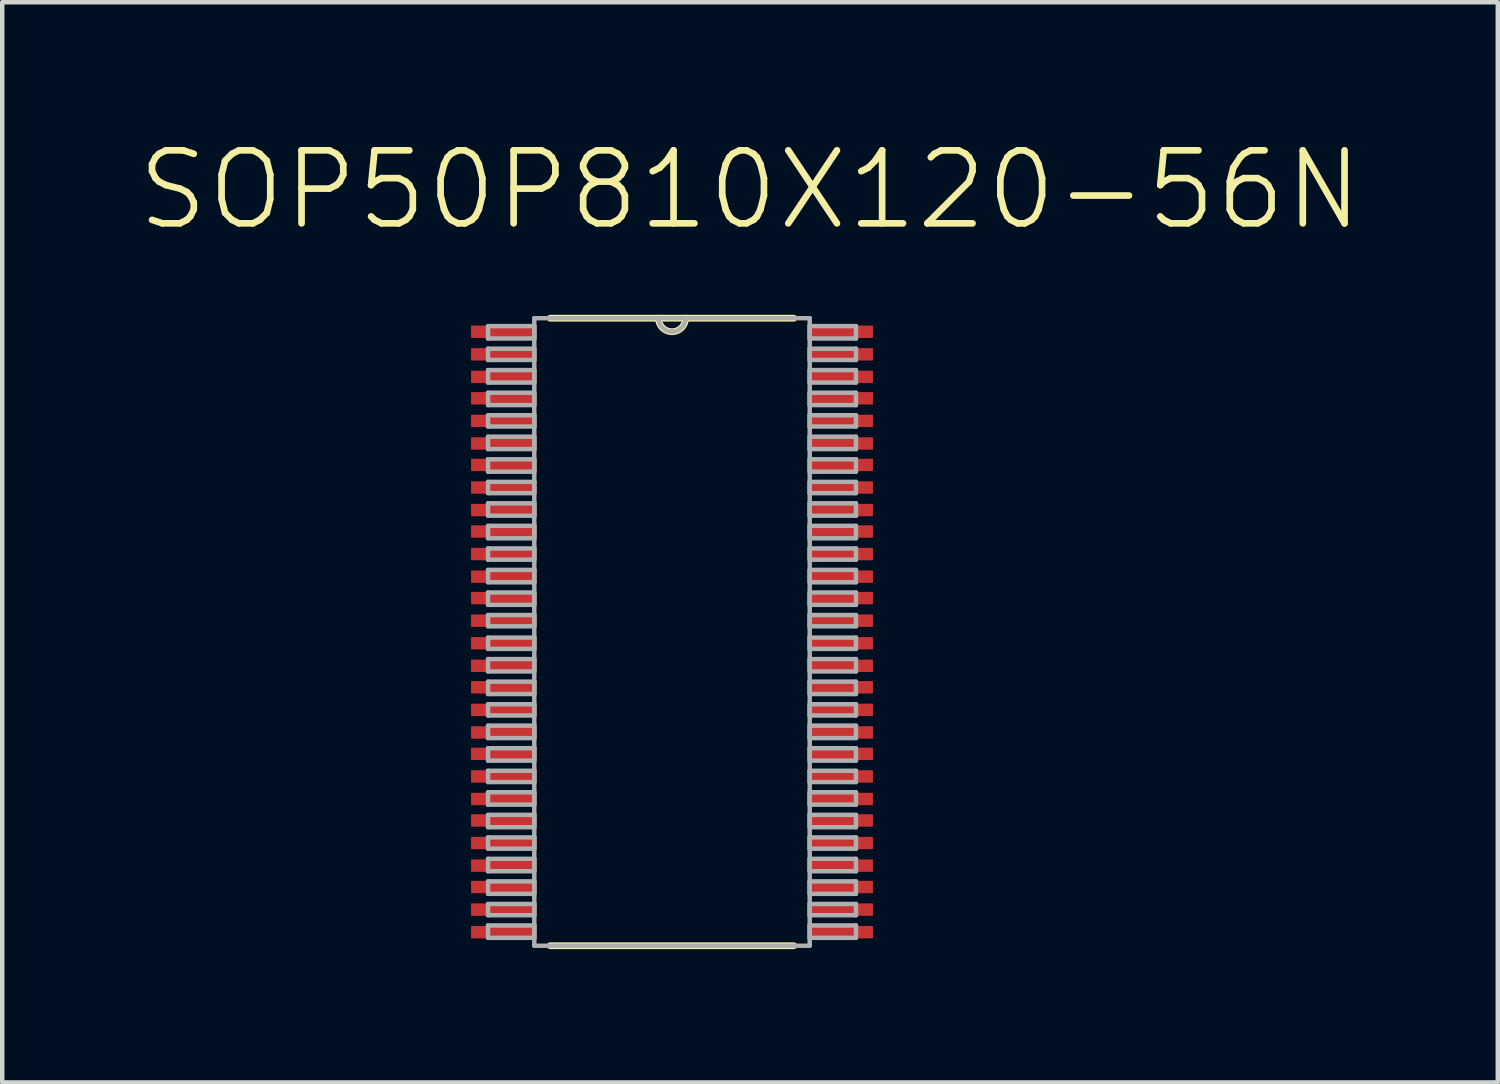
<source format=kicad_pcb>
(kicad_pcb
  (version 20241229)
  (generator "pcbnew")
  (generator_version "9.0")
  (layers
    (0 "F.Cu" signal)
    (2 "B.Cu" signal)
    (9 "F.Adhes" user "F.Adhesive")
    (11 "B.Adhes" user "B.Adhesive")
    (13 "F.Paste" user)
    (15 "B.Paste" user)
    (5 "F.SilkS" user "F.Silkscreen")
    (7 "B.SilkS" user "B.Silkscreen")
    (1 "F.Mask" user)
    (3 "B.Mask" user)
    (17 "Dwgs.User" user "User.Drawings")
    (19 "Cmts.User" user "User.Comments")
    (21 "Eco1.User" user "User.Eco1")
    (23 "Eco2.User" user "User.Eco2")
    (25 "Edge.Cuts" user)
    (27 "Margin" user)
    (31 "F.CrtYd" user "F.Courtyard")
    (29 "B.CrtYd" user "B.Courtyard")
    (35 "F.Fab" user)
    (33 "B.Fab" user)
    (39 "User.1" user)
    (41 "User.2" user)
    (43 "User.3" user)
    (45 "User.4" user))
  (footprint "SOP50P810X120-56N"
    (layer "F.Cu")
    (at 12.073 11.172)
    (property "Reference" "SOP50P810X120-56N" (at 1.756 -9.948 0) (layer "F.SilkS") (effects (font (size 1.643 1.643) (thickness 0.15))))
    (attr smd)
    (fp_line (start -2.743 7.061) (end 2.743 7.061) (stroke (width 0.152) (type solid)) (layer "F.SilkS"))
    (fp_line (start -0.305 -7.061) (end -2.743 -7.061) (stroke (width 0.152) (type solid)) (layer "F.SilkS"))
    (fp_line (start 0.305 -7.061) (end -0.305 -7.061) (stroke (width 0.152) (type solid)) (layer "F.SilkS"))
    (fp_line (start 2.743 -7.061) (end 0.305 -7.061) (stroke (width 0.152) (type solid)) (layer "F.SilkS"))
    (fp_arc (start 0.3048 -7.0612) (mid 0 -6.7564) (end -0.3048 -7.0612) (stroke (width 0.1524) (type solid)) (layer "F.SilkS"))
    (fp_line (start -4.14 -6.883) (end -4.14 -6.604) (stroke (width 0.1) (type solid)) (layer "F.Fab"))
    (fp_line (start -4.14 -6.604) (end -3.099 -6.604) (stroke (width 0.1) (type solid)) (layer "F.Fab"))
    (fp_line (start -4.14 -6.375) (end -4.14 -6.121) (stroke (width 0.1) (type solid)) (layer "F.Fab"))
    (fp_line (start -4.14 -6.121) (end -3.099 -6.121) (stroke (width 0.1) (type solid)) (layer "F.Fab"))
    (fp_line (start -4.14 -5.893) (end -4.14 -5.613) (stroke (width 0.1) (type solid)) (layer "F.Fab"))
    (fp_line (start -4.14 -5.613) (end -3.099 -5.613) (stroke (width 0.1) (type solid)) (layer "F.Fab"))
    (fp_line (start -4.14 -5.385) (end -4.14 -5.105) (stroke (width 0.1) (type solid)) (layer "F.Fab"))
    (fp_line (start -4.14 -5.105) (end -3.099 -5.105) (stroke (width 0.1) (type solid)) (layer "F.Fab"))
    (fp_line (start -4.14 -4.877) (end -4.14 -4.623) (stroke (width 0.1) (type solid)) (layer "F.Fab"))
    (fp_line (start -4.14 -4.623) (end -3.099 -4.623) (stroke (width 0.1) (type solid)) (layer "F.Fab"))
    (fp_line (start -4.14 -4.394) (end -4.14 -4.115) (stroke (width 0.1) (type solid)) (layer "F.Fab"))
    (fp_line (start -4.14 -4.115) (end -3.099 -4.115) (stroke (width 0.1) (type solid)) (layer "F.Fab"))
    (fp_line (start -4.14 -3.886) (end -4.14 -3.607) (stroke (width 0.1) (type solid)) (layer "F.Fab"))
    (fp_line (start -4.14 -3.607) (end -3.099 -3.607) (stroke (width 0.1) (type solid)) (layer "F.Fab"))
    (fp_line (start -4.14 -3.378) (end -4.14 -3.124) (stroke (width 0.1) (type solid)) (layer "F.Fab"))
    (fp_line (start -4.14 -3.124) (end -3.099 -3.124) (stroke (width 0.1) (type solid)) (layer "F.Fab"))
    (fp_line (start -4.14 -2.896) (end -4.14 -2.616) (stroke (width 0.1) (type solid)) (layer "F.Fab"))
    (fp_line (start -4.14 -2.616) (end -3.099 -2.616) (stroke (width 0.1) (type solid)) (layer "F.Fab"))
    (fp_line (start -4.14 -2.388) (end -4.14 -2.108) (stroke (width 0.1) (type solid)) (layer "F.Fab"))
    (fp_line (start -4.14 -2.108) (end -3.099 -2.108) (stroke (width 0.1) (type solid)) (layer "F.Fab"))
    (fp_line (start -4.14 -1.88) (end -4.14 -1.626) (stroke (width 0.1) (type solid)) (layer "F.Fab"))
    (fp_line (start -4.14 -1.626) (end -3.099 -1.626) (stroke (width 0.1) (type solid)) (layer "F.Fab"))
    (fp_line (start -4.14 -1.397) (end -4.14 -1.118) (stroke (width 0.1) (type solid)) (layer "F.Fab"))
    (fp_line (start -4.14 -1.118) (end -3.099 -1.118) (stroke (width 0.1) (type solid)) (layer "F.Fab"))
    (fp_line (start -4.14 -0.889) (end -4.14 -0.61) (stroke (width 0.1) (type solid)) (layer "F.Fab"))
    (fp_line (start -4.14 -0.61) (end -3.099 -0.61) (stroke (width 0.1) (type solid)) (layer "F.Fab"))
    (fp_line (start -4.14 -0.381) (end -4.14 -0.127) (stroke (width 0.1) (type solid)) (layer "F.Fab"))
    (fp_line (start -4.14 -0.127) (end -3.099 -0.127) (stroke (width 0.1) (type solid)) (layer "F.Fab"))
    (fp_line (start -4.14 0.127) (end -4.14 0.381) (stroke (width 0.1) (type solid)) (layer "F.Fab"))
    (fp_line (start -4.14 0.381) (end -3.099 0.381) (stroke (width 0.1) (type solid)) (layer "F.Fab"))
    (fp_line (start -4.14 0.61) (end -4.14 0.889) (stroke (width 0.1) (type solid)) (layer "F.Fab"))
    (fp_line (start -4.14 0.889) (end -3.099 0.889) (stroke (width 0.1) (type solid)) (layer "F.Fab"))
    (fp_line (start -4.14 1.118) (end -4.14 1.397) (stroke (width 0.1) (type solid)) (layer "F.Fab"))
    (fp_line (start -4.14 1.397) (end -3.099 1.397) (stroke (width 0.1) (type solid)) (layer "F.Fab"))
    (fp_line (start -4.14 1.626) (end -4.14 1.88) (stroke (width 0.1) (type solid)) (layer "F.Fab"))
    (fp_line (start -4.14 1.88) (end -3.099 1.88) (stroke (width 0.1) (type solid)) (layer "F.Fab"))
    (fp_line (start -4.14 2.108) (end -4.14 2.388) (stroke (width 0.1) (type solid)) (layer "F.Fab"))
    (fp_line (start -4.14 2.388) (end -3.099 2.388) (stroke (width 0.1) (type solid)) (layer "F.Fab"))
    (fp_line (start -4.14 2.616) (end -4.14 2.896) (stroke (width 0.1) (type solid)) (layer "F.Fab"))
    (fp_line (start -4.14 2.896) (end -3.099 2.896) (stroke (width 0.1) (type solid)) (layer "F.Fab"))
    (fp_line (start -4.14 3.124) (end -4.14 3.378) (stroke (width 0.1) (type solid)) (layer "F.Fab"))
    (fp_line (start -4.14 3.378) (end -3.099 3.378) (stroke (width 0.1) (type solid)) (layer "F.Fab"))
    (fp_line (start -4.14 3.607) (end -4.14 3.886) (stroke (width 0.1) (type solid)) (layer "F.Fab"))
    (fp_line (start -4.14 3.886) (end -3.099 3.886) (stroke (width 0.1) (type solid)) (layer "F.Fab"))
    (fp_line (start -4.14 4.115) (end -4.14 4.394) (stroke (width 0.1) (type solid)) (layer "F.Fab"))
    (fp_line (start -4.14 4.394) (end -3.099 4.394) (stroke (width 0.1) (type solid)) (layer "F.Fab"))
    (fp_line (start -4.14 4.623) (end -4.14 4.877) (stroke (width 0.1) (type solid)) (layer "F.Fab"))
    (fp_line (start -4.14 4.877) (end -3.099 4.877) (stroke (width 0.1) (type solid)) (layer "F.Fab"))
    (fp_line (start -4.14 5.105) (end -4.14 5.385) (stroke (width 0.1) (type solid)) (layer "F.Fab"))
    (fp_line (start -4.14 5.385) (end -3.099 5.385) (stroke (width 0.1) (type solid)) (layer "F.Fab"))
    (fp_line (start -4.14 5.613) (end -4.14 5.893) (stroke (width 0.1) (type solid)) (layer "F.Fab"))
    (fp_line (start -4.14 5.893) (end -3.099 5.893) (stroke (width 0.1) (type solid)) (layer "F.Fab"))
    (fp_line (start -4.14 6.121) (end -4.14 6.375) (stroke (width 0.1) (type solid)) (layer "F.Fab"))
    (fp_line (start -4.14 6.375) (end -3.099 6.375) (stroke (width 0.1) (type solid)) (layer "F.Fab"))
    (fp_line (start -4.14 6.604) (end -4.14 6.883) (stroke (width 0.1) (type solid)) (layer "F.Fab"))
    (fp_line (start -4.14 6.883) (end -3.099 6.883) (stroke (width 0.1) (type solid)) (layer "F.Fab"))
    (fp_line (start -3.099 -7.061) (end -3.099 7.061) (stroke (width 0.1) (type solid)) (layer "F.Fab"))
    (fp_line (start -3.099 -6.883) (end -4.14 -6.883) (stroke (width 0.1) (type solid)) (layer "F.Fab"))
    (fp_line (start -3.099 -6.604) (end -3.099 -6.883) (stroke (width 0.1) (type solid)) (layer "F.Fab"))
    (fp_line (start -3.099 -6.375) (end -4.14 -6.375) (stroke (width 0.1) (type solid)) (layer "F.Fab"))
    (fp_line (start -3.099 -6.121) (end -3.099 -6.375) (stroke (width 0.1) (type solid)) (layer "F.Fab"))
    (fp_line (start -3.099 -5.893) (end -4.14 -5.893) (stroke (width 0.1) (type solid)) (layer "F.Fab"))
    (fp_line (start -3.099 -5.613) (end -3.099 -5.893) (stroke (width 0.1) (type solid)) (layer "F.Fab"))
    (fp_line (start -3.099 -5.385) (end -4.14 -5.385) (stroke (width 0.1) (type solid)) (layer "F.Fab"))
    (fp_line (start -3.099 -5.105) (end -3.099 -5.385) (stroke (width 0.1) (type solid)) (layer "F.Fab"))
    (fp_line (start -3.099 -4.877) (end -4.14 -4.877) (stroke (width 0.1) (type solid)) (layer "F.Fab"))
    (fp_line (start -3.099 -4.623) (end -3.099 -4.877) (stroke (width 0.1) (type solid)) (layer "F.Fab"))
    (fp_line (start -3.099 -4.394) (end -4.14 -4.394) (stroke (width 0.1) (type solid)) (layer "F.Fab"))
    (fp_line (start -3.099 -4.115) (end -3.099 -4.394) (stroke (width 0.1) (type solid)) (layer "F.Fab"))
    (fp_line (start -3.099 -3.886) (end -4.14 -3.886) (stroke (width 0.1) (type solid)) (layer "F.Fab"))
    (fp_line (start -3.099 -3.607) (end -3.099 -3.886) (stroke (width 0.1) (type solid)) (layer "F.Fab"))
    (fp_line (start -3.099 -3.378) (end -4.14 -3.378) (stroke (width 0.1) (type solid)) (layer "F.Fab"))
    (fp_line (start -3.099 -3.124) (end -3.099 -3.378) (stroke (width 0.1) (type solid)) (layer "F.Fab"))
    (fp_line (start -3.099 -2.896) (end -4.14 -2.896) (stroke (width 0.1) (type solid)) (layer "F.Fab"))
    (fp_line (start -3.099 -2.616) (end -3.099 -2.896) (stroke (width 0.1) (type solid)) (layer "F.Fab"))
    (fp_line (start -3.099 -2.388) (end -4.14 -2.388) (stroke (width 0.1) (type solid)) (layer "F.Fab"))
    (fp_line (start -3.099 -2.108) (end -3.099 -2.388) (stroke (width 0.1) (type solid)) (layer "F.Fab"))
    (fp_line (start -3.099 -1.88) (end -4.14 -1.88) (stroke (width 0.1) (type solid)) (layer "F.Fab"))
    (fp_line (start -3.099 -1.626) (end -3.099 -1.88) (stroke (width 0.1) (type solid)) (layer "F.Fab"))
    (fp_line (start -3.099 -1.397) (end -4.14 -1.397) (stroke (width 0.1) (type solid)) (layer "F.Fab"))
    (fp_line (start -3.099 -1.118) (end -3.099 -1.397) (stroke (width 0.1) (type solid)) (layer "F.Fab"))
    (fp_line (start -3.099 -0.889) (end -4.14 -0.889) (stroke (width 0.1) (type solid)) (layer "F.Fab"))
    (fp_line (start -3.099 -0.61) (end -3.099 -0.889) (stroke (width 0.1) (type solid)) (layer "F.Fab"))
    (fp_line (start -3.099 -0.381) (end -4.14 -0.381) (stroke (width 0.1) (type solid)) (layer "F.Fab"))
    (fp_line (start -3.099 -0.127) (end -3.099 -0.381) (stroke (width 0.1) (type solid)) (layer "F.Fab"))
    (fp_line (start -3.099 0.127) (end -4.14 0.127) (stroke (width 0.1) (type solid)) (layer "F.Fab"))
    (fp_line (start -3.099 0.381) (end -3.099 0.127) (stroke (width 0.1) (type solid)) (layer "F.Fab"))
    (fp_line (start -3.099 0.61) (end -4.14 0.61) (stroke (width 0.1) (type solid)) (layer "F.Fab"))
    (fp_line (start -3.099 0.889) (end -3.099 0.61) (stroke (width 0.1) (type solid)) (layer "F.Fab"))
    (fp_line (start -3.099 1.118) (end -4.14 1.118) (stroke (width 0.1) (type solid)) (layer "F.Fab"))
    (fp_line (start -3.099 1.397) (end -3.099 1.118) (stroke (width 0.1) (type solid)) (layer "F.Fab"))
    (fp_line (start -3.099 1.626) (end -4.14 1.626) (stroke (width 0.1) (type solid)) (layer "F.Fab"))
    (fp_line (start -3.099 1.88) (end -3.099 1.626) (stroke (width 0.1) (type solid)) (layer "F.Fab"))
    (fp_line (start -3.099 2.108) (end -4.14 2.108) (stroke (width 0.1) (type solid)) (layer "F.Fab"))
    (fp_line (start -3.099 2.388) (end -3.099 2.108) (stroke (width 0.1) (type solid)) (layer "F.Fab"))
    (fp_line (start -3.099 2.616) (end -4.14 2.616) (stroke (width 0.1) (type solid)) (layer "F.Fab"))
    (fp_line (start -3.099 2.896) (end -3.099 2.616) (stroke (width 0.1) (type solid)) (layer "F.Fab"))
    (fp_line (start -3.099 3.124) (end -4.14 3.124) (stroke (width 0.1) (type solid)) (layer "F.Fab"))
    (fp_line (start -3.099 3.378) (end -3.099 3.124) (stroke (width 0.1) (type solid)) (layer "F.Fab"))
    (fp_line (start -3.099 3.607) (end -4.14 3.607) (stroke (width 0.1) (type solid)) (layer "F.Fab"))
    (fp_line (start -3.099 3.886) (end -3.099 3.607) (stroke (width 0.1) (type solid)) (layer "F.Fab"))
    (fp_line (start -3.099 4.115) (end -4.14 4.115) (stroke (width 0.1) (type solid)) (layer "F.Fab"))
    (fp_line (start -3.099 4.394) (end -3.099 4.115) (stroke (width 0.1) (type solid)) (layer "F.Fab"))
    (fp_line (start -3.099 4.623) (end -4.14 4.623) (stroke (width 0.1) (type solid)) (layer "F.Fab"))
    (fp_line (start -3.099 4.877) (end -3.099 4.623) (stroke (width 0.1) (type solid)) (layer "F.Fab"))
    (fp_line (start -3.099 5.105) (end -4.14 5.105) (stroke (width 0.1) (type solid)) (layer "F.Fab"))
    (fp_line (start -3.099 5.385) (end -3.099 5.105) (stroke (width 0.1) (type solid)) (layer "F.Fab"))
    (fp_line (start -3.099 5.613) (end -4.14 5.613) (stroke (width 0.1) (type solid)) (layer "F.Fab"))
    (fp_line (start -3.099 5.893) (end -3.099 5.613) (stroke (width 0.1) (type solid)) (layer "F.Fab"))
    (fp_line (start -3.099 6.121) (end -4.14 6.121) (stroke (width 0.1) (type solid)) (layer "F.Fab"))
    (fp_line (start -3.099 6.375) (end -3.099 6.121) (stroke (width 0.1) (type solid)) (layer "F.Fab"))
    (fp_line (start -3.099 6.604) (end -4.14 6.604) (stroke (width 0.1) (type solid)) (layer "F.Fab"))
    (fp_line (start -3.099 6.883) (end -3.099 6.604) (stroke (width 0.1) (type solid)) (layer "F.Fab"))
    (fp_line (start -3.099 7.061) (end 3.099 7.061) (stroke (width 0.1) (type solid)) (layer "F.Fab"))
    (fp_line (start -0.305 -7.061) (end -3.099 -7.061) (stroke (width 0.1) (type solid)) (layer "F.Fab"))
    (fp_line (start 0.305 -7.061) (end -0.305 -7.061) (stroke (width 0.1) (type solid)) (layer "F.Fab"))
    (fp_line (start 3.099 -7.061) (end 0.305 -7.061) (stroke (width 0.1) (type solid)) (layer "F.Fab"))
    (fp_line (start 3.099 -6.883) (end 3.099 -6.604) (stroke (width 0.1) (type solid)) (layer "F.Fab"))
    (fp_line (start 3.099 -6.604) (end 4.14 -6.604) (stroke (width 0.1) (type solid)) (layer "F.Fab"))
    (fp_line (start 3.099 -6.375) (end 3.099 -6.121) (stroke (width 0.1) (type solid)) (layer "F.Fab"))
    (fp_line (start 3.099 -6.121) (end 4.14 -6.121) (stroke (width 0.1) (type solid)) (layer "F.Fab"))
    (fp_line (start 3.099 -5.893) (end 3.099 -5.613) (stroke (width 0.1) (type solid)) (layer "F.Fab"))
    (fp_line (start 3.099 -5.613) (end 4.14 -5.613) (stroke (width 0.1) (type solid)) (layer "F.Fab"))
    (fp_line (start 3.099 -5.385) (end 3.099 -5.105) (stroke (width 0.1) (type solid)) (layer "F.Fab"))
    (fp_line (start 3.099 -5.105) (end 4.14 -5.105) (stroke (width 0.1) (type solid)) (layer "F.Fab"))
    (fp_line (start 3.099 -4.877) (end 3.099 -4.623) (stroke (width 0.1) (type solid)) (layer "F.Fab"))
    (fp_line (start 3.099 -4.623) (end 4.14 -4.623) (stroke (width 0.1) (type solid)) (layer "F.Fab"))
    (fp_line (start 3.099 -4.394) (end 3.099 -4.115) (stroke (width 0.1) (type solid)) (layer "F.Fab"))
    (fp_line (start 3.099 -4.115) (end 4.14 -4.115) (stroke (width 0.1) (type solid)) (layer "F.Fab"))
    (fp_line (start 3.099 -3.886) (end 3.099 -3.607) (stroke (width 0.1) (type solid)) (layer "F.Fab"))
    (fp_line (start 3.099 -3.607) (end 4.14 -3.607) (stroke (width 0.1) (type solid)) (layer "F.Fab"))
    (fp_line (start 3.099 -3.378) (end 3.099 -3.124) (stroke (width 0.1) (type solid)) (layer "F.Fab"))
    (fp_line (start 3.099 -3.124) (end 4.14 -3.124) (stroke (width 0.1) (type solid)) (layer "F.Fab"))
    (fp_line (start 3.099 -2.896) (end 3.099 -2.616) (stroke (width 0.1) (type solid)) (layer "F.Fab"))
    (fp_line (start 3.099 -2.616) (end 4.14 -2.616) (stroke (width 0.1) (type solid)) (layer "F.Fab"))
    (fp_line (start 3.099 -2.388) (end 3.099 -2.108) (stroke (width 0.1) (type solid)) (layer "F.Fab"))
    (fp_line (start 3.099 -2.108) (end 4.14 -2.108) (stroke (width 0.1) (type solid)) (layer "F.Fab"))
    (fp_line (start 3.099 -1.88) (end 3.099 -1.626) (stroke (width 0.1) (type solid)) (layer "F.Fab"))
    (fp_line (start 3.099 -1.626) (end 4.14 -1.626) (stroke (width 0.1) (type solid)) (layer "F.Fab"))
    (fp_line (start 3.099 -1.397) (end 3.099 -1.118) (stroke (width 0.1) (type solid)) (layer "F.Fab"))
    (fp_line (start 3.099 -1.118) (end 4.14 -1.118) (stroke (width 0.1) (type solid)) (layer "F.Fab"))
    (fp_line (start 3.099 -0.889) (end 3.099 -0.61) (stroke (width 0.1) (type solid)) (layer "F.Fab"))
    (fp_line (start 3.099 -0.61) (end 4.14 -0.61) (stroke (width 0.1) (type solid)) (layer "F.Fab"))
    (fp_line (start 3.099 -0.381) (end 3.099 -0.127) (stroke (width 0.1) (type solid)) (layer "F.Fab"))
    (fp_line (start 3.099 -0.127) (end 4.14 -0.127) (stroke (width 0.1) (type solid)) (layer "F.Fab"))
    (fp_line (start 3.099 0.127) (end 3.099 0.381) (stroke (width 0.1) (type solid)) (layer "F.Fab"))
    (fp_line (start 3.099 0.381) (end 4.14 0.381) (stroke (width 0.1) (type solid)) (layer "F.Fab"))
    (fp_line (start 3.099 0.61) (end 3.099 0.889) (stroke (width 0.1) (type solid)) (layer "F.Fab"))
    (fp_line (start 3.099 0.889) (end 4.14 0.889) (stroke (width 0.1) (type solid)) (layer "F.Fab"))
    (fp_line (start 3.099 1.118) (end 3.099 1.397) (stroke (width 0.1) (type solid)) (layer "F.Fab"))
    (fp_line (start 3.099 1.397) (end 4.14 1.397) (stroke (width 0.1) (type solid)) (layer "F.Fab"))
    (fp_line (start 3.099 1.626) (end 3.099 1.88) (stroke (width 0.1) (type solid)) (layer "F.Fab"))
    (fp_line (start 3.099 1.88) (end 4.14 1.88) (stroke (width 0.1) (type solid)) (layer "F.Fab"))
    (fp_line (start 3.099 2.108) (end 3.099 2.388) (stroke (width 0.1) (type solid)) (layer "F.Fab"))
    (fp_line (start 3.099 2.388) (end 4.14 2.388) (stroke (width 0.1) (type solid)) (layer "F.Fab"))
    (fp_line (start 3.099 2.616) (end 3.099 2.896) (stroke (width 0.1) (type solid)) (layer "F.Fab"))
    (fp_line (start 3.099 2.896) (end 4.14 2.896) (stroke (width 0.1) (type solid)) (layer "F.Fab"))
    (fp_line (start 3.099 3.124) (end 3.099 3.378) (stroke (width 0.1) (type solid)) (layer "F.Fab"))
    (fp_line (start 3.099 3.378) (end 4.14 3.378) (stroke (width 0.1) (type solid)) (layer "F.Fab"))
    (fp_line (start 3.099 3.607) (end 3.099 3.886) (stroke (width 0.1) (type solid)) (layer "F.Fab"))
    (fp_line (start 3.099 3.886) (end 4.14 3.886) (stroke (width 0.1) (type solid)) (layer "F.Fab"))
    (fp_line (start 3.099 4.115) (end 3.099 4.394) (stroke (width 0.1) (type solid)) (layer "F.Fab"))
    (fp_line (start 3.099 4.394) (end 4.14 4.394) (stroke (width 0.1) (type solid)) (layer "F.Fab"))
    (fp_line (start 3.099 4.623) (end 3.099 4.877) (stroke (width 0.1) (type solid)) (layer "F.Fab"))
    (fp_line (start 3.099 4.877) (end 4.14 4.877) (stroke (width 0.1) (type solid)) (layer "F.Fab"))
    (fp_line (start 3.099 5.105) (end 3.099 5.385) (stroke (width 0.1) (type solid)) (layer "F.Fab"))
    (fp_line (start 3.099 5.385) (end 4.14 5.385) (stroke (width 0.1) (type solid)) (layer "F.Fab"))
    (fp_line (start 3.099 5.613) (end 3.099 5.893) (stroke (width 0.1) (type solid)) (layer "F.Fab"))
    (fp_line (start 3.099 5.893) (end 4.14 5.893) (stroke (width 0.1) (type solid)) (layer "F.Fab"))
    (fp_line (start 3.099 6.121) (end 3.099 6.375) (stroke (width 0.1) (type solid)) (layer "F.Fab"))
    (fp_line (start 3.099 6.375) (end 4.14 6.375) (stroke (width 0.1) (type solid)) (layer "F.Fab"))
    (fp_line (start 3.099 6.604) (end 3.099 6.883) (stroke (width 0.1) (type solid)) (layer "F.Fab"))
    (fp_line (start 3.099 6.883) (end 4.14 6.883) (stroke (width 0.1) (type solid)) (layer "F.Fab"))
    (fp_line (start 3.099 7.061) (end 3.099 -7.061) (stroke (width 0.1) (type solid)) (layer "F.Fab"))
    (fp_line (start 4.14 -6.883) (end 3.099 -6.883) (stroke (width 0.1) (type solid)) (layer "F.Fab"))
    (fp_line (start 4.14 -6.604) (end 4.14 -6.883) (stroke (width 0.1) (type solid)) (layer "F.Fab"))
    (fp_line (start 4.14 -6.375) (end 3.099 -6.375) (stroke (width 0.1) (type solid)) (layer "F.Fab"))
    (fp_line (start 4.14 -6.121) (end 4.14 -6.375) (stroke (width 0.1) (type solid)) (layer "F.Fab"))
    (fp_line (start 4.14 -5.893) (end 3.099 -5.893) (stroke (width 0.1) (type solid)) (layer "F.Fab"))
    (fp_line (start 4.14 -5.613) (end 4.14 -5.893) (stroke (width 0.1) (type solid)) (layer "F.Fab"))
    (fp_line (start 4.14 -5.385) (end 3.099 -5.385) (stroke (width 0.1) (type solid)) (layer "F.Fab"))
    (fp_line (start 4.14 -5.105) (end 4.14 -5.385) (stroke (width 0.1) (type solid)) (layer "F.Fab"))
    (fp_line (start 4.14 -4.877) (end 3.099 -4.877) (stroke (width 0.1) (type solid)) (layer "F.Fab"))
    (fp_line (start 4.14 -4.623) (end 4.14 -4.877) (stroke (width 0.1) (type solid)) (layer "F.Fab"))
    (fp_line (start 4.14 -4.394) (end 3.099 -4.394) (stroke (width 0.1) (type solid)) (layer "F.Fab"))
    (fp_line (start 4.14 -4.115) (end 4.14 -4.394) (stroke (width 0.1) (type solid)) (layer "F.Fab"))
    (fp_line (start 4.14 -3.886) (end 3.099 -3.886) (stroke (width 0.1) (type solid)) (layer "F.Fab"))
    (fp_line (start 4.14 -3.607) (end 4.14 -3.886) (stroke (width 0.1) (type solid)) (layer "F.Fab"))
    (fp_line (start 4.14 -3.378) (end 3.099 -3.378) (stroke (width 0.1) (type solid)) (layer "F.Fab"))
    (fp_line (start 4.14 -3.124) (end 4.14 -3.378) (stroke (width 0.1) (type solid)) (layer "F.Fab"))
    (fp_line (start 4.14 -2.896) (end 3.099 -2.896) (stroke (width 0.1) (type solid)) (layer "F.Fab"))
    (fp_line (start 4.14 -2.616) (end 4.14 -2.896) (stroke (width 0.1) (type solid)) (layer "F.Fab"))
    (fp_line (start 4.14 -2.388) (end 3.099 -2.388) (stroke (width 0.1) (type solid)) (layer "F.Fab"))
    (fp_line (start 4.14 -2.108) (end 4.14 -2.388) (stroke (width 0.1) (type solid)) (layer "F.Fab"))
    (fp_line (start 4.14 -1.88) (end 3.099 -1.88) (stroke (width 0.1) (type solid)) (layer "F.Fab"))
    (fp_line (start 4.14 -1.626) (end 4.14 -1.88) (stroke (width 0.1) (type solid)) (layer "F.Fab"))
    (fp_line (start 4.14 -1.397) (end 3.099 -1.397) (stroke (width 0.1) (type solid)) (layer "F.Fab"))
    (fp_line (start 4.14 -1.118) (end 4.14 -1.397) (stroke (width 0.1) (type solid)) (layer "F.Fab"))
    (fp_line (start 4.14 -0.889) (end 3.099 -0.889) (stroke (width 0.1) (type solid)) (layer "F.Fab"))
    (fp_line (start 4.14 -0.61) (end 4.14 -0.889) (stroke (width 0.1) (type solid)) (layer "F.Fab"))
    (fp_line (start 4.14 -0.381) (end 3.099 -0.381) (stroke (width 0.1) (type solid)) (layer "F.Fab"))
    (fp_line (start 4.14 -0.127) (end 4.14 -0.381) (stroke (width 0.1) (type solid)) (layer "F.Fab"))
    (fp_line (start 4.14 0.127) (end 3.099 0.127) (stroke (width 0.1) (type solid)) (layer "F.Fab"))
    (fp_line (start 4.14 0.381) (end 4.14 0.127) (stroke (width 0.1) (type solid)) (layer "F.Fab"))
    (fp_line (start 4.14 0.61) (end 3.099 0.61) (stroke (width 0.1) (type solid)) (layer "F.Fab"))
    (fp_line (start 4.14 0.889) (end 4.14 0.61) (stroke (width 0.1) (type solid)) (layer "F.Fab"))
    (fp_line (start 4.14 1.118) (end 3.099 1.118) (stroke (width 0.1) (type solid)) (layer "F.Fab"))
    (fp_line (start 4.14 1.397) (end 4.14 1.118) (stroke (width 0.1) (type solid)) (layer "F.Fab"))
    (fp_line (start 4.14 1.626) (end 3.099 1.626) (stroke (width 0.1) (type solid)) (layer "F.Fab"))
    (fp_line (start 4.14 1.88) (end 4.14 1.626) (stroke (width 0.1) (type solid)) (layer "F.Fab"))
    (fp_line (start 4.14 2.108) (end 3.099 2.108) (stroke (width 0.1) (type solid)) (layer "F.Fab"))
    (fp_line (start 4.14 2.388) (end 4.14 2.108) (stroke (width 0.1) (type solid)) (layer "F.Fab"))
    (fp_line (start 4.14 2.616) (end 3.099 2.616) (stroke (width 0.1) (type solid)) (layer "F.Fab"))
    (fp_line (start 4.14 2.896) (end 4.14 2.616) (stroke (width 0.1) (type solid)) (layer "F.Fab"))
    (fp_line (start 4.14 3.124) (end 3.099 3.124) (stroke (width 0.1) (type solid)) (layer "F.Fab"))
    (fp_line (start 4.14 3.378) (end 4.14 3.124) (stroke (width 0.1) (type solid)) (layer "F.Fab"))
    (fp_line (start 4.14 3.607) (end 3.099 3.607) (stroke (width 0.1) (type solid)) (layer "F.Fab"))
    (fp_line (start 4.14 3.886) (end 4.14 3.607) (stroke (width 0.1) (type solid)) (layer "F.Fab"))
    (fp_line (start 4.14 4.115) (end 3.099 4.115) (stroke (width 0.1) (type solid)) (layer "F.Fab"))
    (fp_line (start 4.14 4.394) (end 4.14 4.115) (stroke (width 0.1) (type solid)) (layer "F.Fab"))
    (fp_line (start 4.14 4.623) (end 3.099 4.623) (stroke (width 0.1) (type solid)) (layer "F.Fab"))
    (fp_line (start 4.14 4.877) (end 4.14 4.623) (stroke (width 0.1) (type solid)) (layer "F.Fab"))
    (fp_line (start 4.14 5.105) (end 3.099 5.105) (stroke (width 0.1) (type solid)) (layer "F.Fab"))
    (fp_line (start 4.14 5.385) (end 4.14 5.105) (stroke (width 0.1) (type solid)) (layer "F.Fab"))
    (fp_line (start 4.14 5.613) (end 3.099 5.613) (stroke (width 0.1) (type solid)) (layer "F.Fab"))
    (fp_line (start 4.14 5.893) (end 4.14 5.613) (stroke (width 0.1) (type solid)) (layer "F.Fab"))
    (fp_line (start 4.14 6.121) (end 3.099 6.121) (stroke (width 0.1) (type solid)) (layer "F.Fab"))
    (fp_line (start 4.14 6.375) (end 4.14 6.121) (stroke (width 0.1) (type solid)) (layer "F.Fab"))
    (fp_line (start 4.14 6.604) (end 3.099 6.604) (stroke (width 0.1) (type solid)) (layer "F.Fab"))
    (fp_line (start 4.14 6.883) (end 4.14 6.604) (stroke (width 0.1) (type solid)) (layer "F.Fab"))
    (fp_arc (start 0.3048 -7.0612) (mid 0 -6.7564) (end -0.3048 -7.0612) (stroke (width 0.1) (type solid)) (layer "F.Fab"))
    (pad "1" smd rect (at -3.785 -6.756) (size 1.473 0.279) (layers "F.Cu" "F.Mask" "F.Paste"))
    (pad "2" smd rect (at -3.785 -6.248) (size 1.473 0.279) (layers "F.Cu" "F.Mask" "F.Paste"))
    (pad "3" smd rect (at -3.785 -5.74) (size 1.473 0.279) (layers "F.Cu" "F.Mask" "F.Paste"))
    (pad "4" smd rect (at -3.785 -5.258) (size 1.473 0.279) (layers "F.Cu" "F.Mask" "F.Paste"))
    (pad "5" smd rect (at -3.785 -4.75) (size 1.473 0.279) (layers "F.Cu" "F.Mask" "F.Paste"))
    (pad "6" smd rect (at -3.785 -4.242) (size 1.473 0.279) (layers "F.Cu" "F.Mask" "F.Paste"))
    (pad "7" smd rect (at -3.785 -3.759) (size 1.473 0.279) (layers "F.Cu" "F.Mask" "F.Paste"))
    (pad "8" smd rect (at -3.785 -3.251) (size 1.473 0.279) (layers "F.Cu" "F.Mask" "F.Paste"))
    (pad "9" smd rect (at -3.785 -2.743) (size 1.473 0.279) (layers "F.Cu" "F.Mask" "F.Paste"))
    (pad "10" smd rect (at -3.785 -2.261) (size 1.473 0.279) (layers "F.Cu" "F.Mask" "F.Paste"))
    (pad "11" smd rect (at -3.785 -1.753) (size 1.473 0.279) (layers "F.Cu" "F.Mask" "F.Paste"))
    (pad "12" smd rect (at -3.785 -1.245) (size 1.473 0.279) (layers "F.Cu" "F.Mask" "F.Paste"))
    (pad "13" smd rect (at -3.785 -0.762) (size 1.473 0.279) (layers "F.Cu" "F.Mask" "F.Paste"))
    (pad "14" smd rect (at -3.785 -0.254) (size 1.473 0.279) (layers "F.Cu" "F.Mask" "F.Paste"))
    (pad "15" smd rect (at -3.785 0.254) (size 1.473 0.279) (layers "F.Cu" "F.Mask" "F.Paste"))
    (pad "16" smd rect (at -3.785 0.762) (size 1.473 0.279) (layers "F.Cu" "F.Mask" "F.Paste"))
    (pad "17" smd rect (at -3.785 1.245) (size 1.473 0.279) (layers "F.Cu" "F.Mask" "F.Paste"))
    (pad "18" smd rect (at -3.785 1.753) (size 1.473 0.279) (layers "F.Cu" "F.Mask" "F.Paste"))
    (pad "19" smd rect (at -3.785 2.261) (size 1.473 0.279) (layers "F.Cu" "F.Mask" "F.Paste"))
    (pad "20" smd rect (at -3.785 2.743) (size 1.473 0.279) (layers "F.Cu" "F.Mask" "F.Paste"))
    (pad "21" smd rect (at -3.785 3.251) (size 1.473 0.279) (layers "F.Cu" "F.Mask" "F.Paste"))
    (pad "22" smd rect (at -3.785 3.759) (size 1.473 0.279) (layers "F.Cu" "F.Mask" "F.Paste"))
    (pad "23" smd rect (at -3.785 4.242) (size 1.473 0.279) (layers "F.Cu" "F.Mask" "F.Paste"))
    (pad "24" smd rect (at -3.785 4.75) (size 1.473 0.279) (layers "F.Cu" "F.Mask" "F.Paste"))
    (pad "25" smd rect (at -3.785 5.258) (size 1.473 0.279) (layers "F.Cu" "F.Mask" "F.Paste"))
    (pad "26" smd rect (at -3.785 5.74) (size 1.473 0.279) (layers "F.Cu" "F.Mask" "F.Paste"))
    (pad "27" smd rect (at -3.785 6.248) (size 1.473 0.279) (layers "F.Cu" "F.Mask" "F.Paste"))
    (pad "28" smd rect (at -3.785 6.756) (size 1.473 0.279) (layers "F.Cu" "F.Mask" "F.Paste"))
    (pad "29" smd rect (at 3.785 6.756) (size 1.473 0.279) (layers "F.Cu" "F.Mask" "F.Paste"))
    (pad "30" smd rect (at 3.785 6.248) (size 1.473 0.279) (layers "F.Cu" "F.Mask" "F.Paste"))
    (pad "31" smd rect (at 3.785 5.74) (size 1.473 0.279) (layers "F.Cu" "F.Mask" "F.Paste"))
    (pad "32" smd rect (at 3.785 5.258) (size 1.473 0.279) (layers "F.Cu" "F.Mask" "F.Paste"))
    (pad "33" smd rect (at 3.785 4.75) (size 1.473 0.279) (layers "F.Cu" "F.Mask" "F.Paste"))
    (pad "34" smd rect (at 3.785 4.242) (size 1.473 0.279) (layers "F.Cu" "F.Mask" "F.Paste"))
    (pad "35" smd rect (at 3.785 3.759) (size 1.473 0.279) (layers "F.Cu" "F.Mask" "F.Paste"))
    (pad "36" smd rect (at 3.785 3.251) (size 1.473 0.279) (layers "F.Cu" "F.Mask" "F.Paste"))
    (pad "37" smd rect (at 3.785 2.743) (size 1.473 0.279) (layers "F.Cu" "F.Mask" "F.Paste"))
    (pad "38" smd rect (at 3.785 2.261) (size 1.473 0.279) (layers "F.Cu" "F.Mask" "F.Paste"))
    (pad "39" smd rect (at 3.785 1.753) (size 1.473 0.279) (layers "F.Cu" "F.Mask" "F.Paste"))
    (pad "40" smd rect (at 3.785 1.245) (size 1.473 0.279) (layers "F.Cu" "F.Mask" "F.Paste"))
    (pad "41" smd rect (at 3.785 0.762) (size 1.473 0.279) (layers "F.Cu" "F.Mask" "F.Paste"))
    (pad "42" smd rect (at 3.785 0.254) (size 1.473 0.279) (layers "F.Cu" "F.Mask" "F.Paste"))
    (pad "43" smd rect (at 3.785 -0.254) (size 1.473 0.279) (layers "F.Cu" "F.Mask" "F.Paste"))
    (pad "44" smd rect (at 3.785 -0.762) (size 1.473 0.279) (layers "F.Cu" "F.Mask" "F.Paste"))
    (pad "45" smd rect (at 3.785 -1.245) (size 1.473 0.279) (layers "F.Cu" "F.Mask" "F.Paste"))
    (pad "46" smd rect (at 3.785 -1.753) (size 1.473 0.279) (layers "F.Cu" "F.Mask" "F.Paste"))
    (pad "47" smd rect (at 3.785 -2.261) (size 1.473 0.279) (layers "F.Cu" "F.Mask" "F.Paste"))
    (pad "48" smd rect (at 3.785 -2.743) (size 1.473 0.279) (layers "F.Cu" "F.Mask" "F.Paste"))
    (pad "49" smd rect (at 3.785 -3.251) (size 1.473 0.279) (layers "F.Cu" "F.Mask" "F.Paste"))
    (pad "50" smd rect (at 3.785 -3.759) (size 1.473 0.279) (layers "F.Cu" "F.Mask" "F.Paste"))
    (pad "51" smd rect (at 3.785 -4.242) (size 1.473 0.279) (layers "F.Cu" "F.Mask" "F.Paste"))
    (pad "52" smd rect (at 3.785 -4.75) (size 1.473 0.279) (layers "F.Cu" "F.Mask" "F.Paste"))
    (pad "53" smd rect (at 3.785 -5.258) (size 1.473 0.279) (layers "F.Cu" "F.Mask" "F.Paste"))
    (pad "54" smd rect (at 3.785 -5.74) (size 1.473 0.279) (layers "F.Cu" "F.Mask" "F.Paste"))
    (pad "55" smd rect (at 3.785 -6.248) (size 1.473 0.279) (layers "F.Cu" "F.Mask" "F.Paste"))
    (pad "56" smd rect (at 3.785 -6.756) (size 1.473 0.279) (layers "F.Cu" "F.Mask" "F.Paste")))
  (gr_rect
    (start -3 -3)
    (end 30.657 21.309)
    (stroke (width 0.1) (type default))
    (fill no)
    (layer "Edge.Cuts")))
</source>
